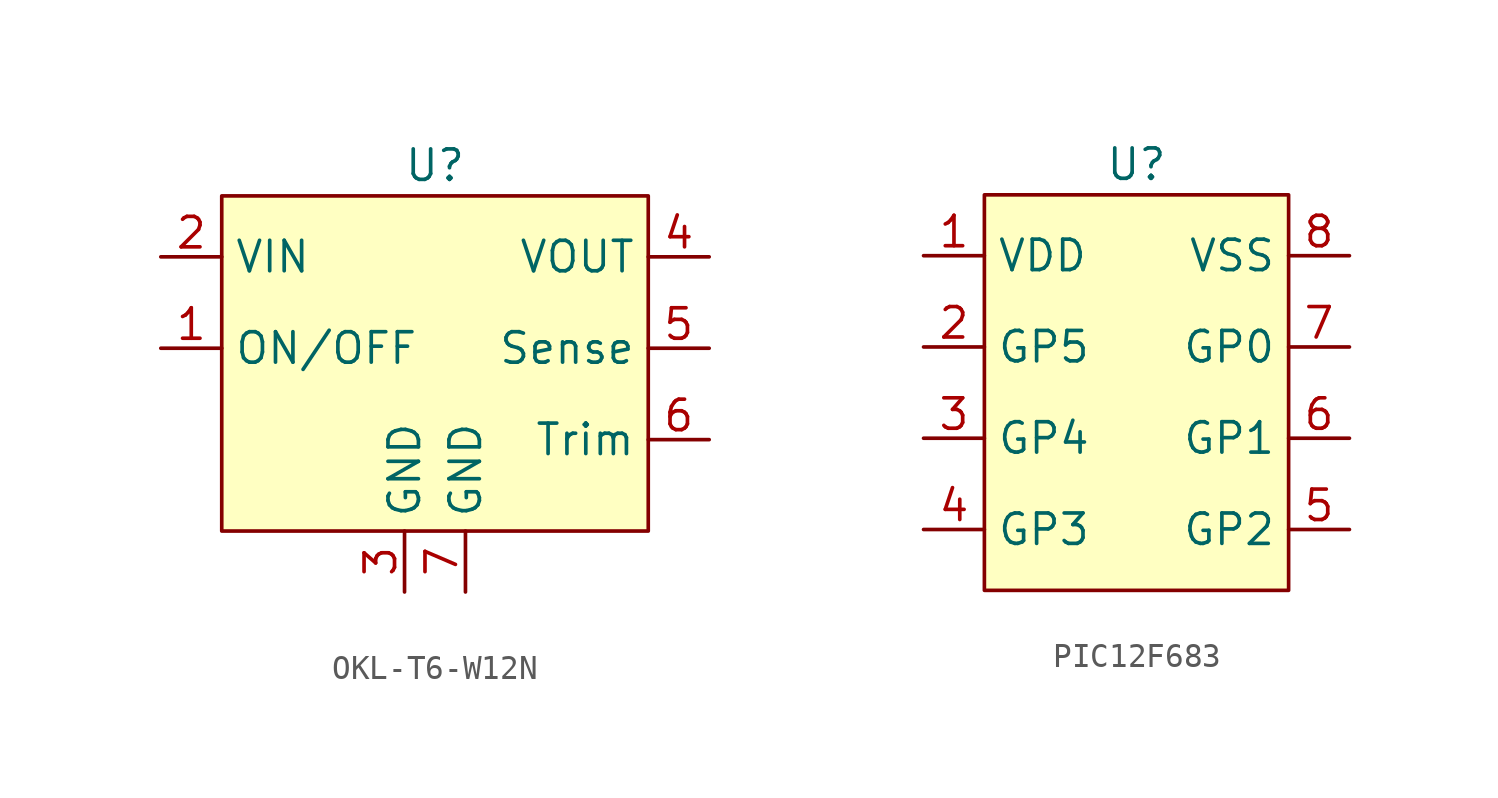
<source format=kicad_sym>
(kicad_symbol_lib
  (version 20231120)
  (generator "kicad_symbol_editor")
  (generator_version "8.0")
  (symbol "OKL-T6-W12N"
    (property "Reference" "U"
      (at 0 1.27 0)
      (effects (font (size 1.27 1.27))))
    (property "Value" ""
      (at -8.89 -0.762 0)
      (effects (font (size 1.27 1.27))))
    (symbol "OKL-T6-W12N_1_1"
      (rectangle (start -8.89 0) (end 8.89 -13.97) (stroke (width 0) (type default)) (fill (type background)))
      (pin passive line (at -11.43 -6.35 0) (length 2.54) (name "ON/OFF" (effects (font (size 1.27 1.27)))) (number "1" (effects (font (size 1.27 1.27)))))
      (pin power_in line (at -11.43 -2.54 0) (length 2.54) (name "VIN" (effects (font (size 1.27 1.27)))) (number "2" (effects (font (size 1.27 1.27)))))
      (pin power_out line (at -1.27 -16.51 90) (length 2.54) (name "GND" (effects (font (size 1.27 1.27)))) (number "3" (effects (font (size 1.27 1.27)))))
      (pin power_out line (at 11.43 -2.54 180) (length 2.54) (name "VOUT" (effects (font (size 1.27 1.27)))) (number "4" (effects (font (size 1.27 1.27)))))
      (pin passive line (at 11.43 -6.35 180) (length 2.54) (name "Sense" (effects (font (size 1.27 1.27)))) (number "5" (effects (font (size 1.27 1.27)))))
      (pin passive line (at 11.43 -10.16 180) (length 2.54) (name "Trim" (effects (font (size 1.27 1.27)))) (number "6" (effects (font (size 1.27 1.27)))))
      (pin power_out line (at 1.27 -16.51 90) (length 2.54) (name "GND" (effects (font (size 1.27 1.27)))) (number "7" (effects (font (size 1.27 1.27)))))))
  (symbol "PIC12F683"
    (property "Reference" "U"
      (at 0 1.27 0)
      (effects (font (size 1.27 1.27))))
    (property "Value" ""
      (at -6.35 -2.54 0)
      (effects (font (size 1.27 1.27))))
    (symbol "PIC12F683_1_1"
      (rectangle (start -6.35 0) (end 6.35 -16.51) (stroke (width 0) (type default)) (fill (type background)))
      (pin power_in line (at -8.89 -2.54 0) (length 2.54) (name "VDD" (effects (font (size 1.27 1.27)))) (number "1" (effects (font (size 1.27 1.27)))))
      (pin passive line (at -8.89 -6.35 0) (length 2.54) (name "GP5" (effects (font (size 1.27 1.27)))) (number "2" (effects (font (size 1.27 1.27)))))
      (pin passive line (at -8.89 -10.16 0) (length 2.54) (name "GP4" (effects (font (size 1.27 1.27)))) (number "3" (effects (font (size 1.27 1.27)))))
      (pin passive line (at -8.89 -13.97 0) (length 2.54) (name "GP3" (effects (font (size 1.27 1.27)))) (number "4" (effects (font (size 1.27 1.27)))))
      (pin passive line (at 8.89 -13.97 180) (length 2.54) (name "GP2" (effects (font (size 1.27 1.27)))) (number "5" (effects (font (size 1.27 1.27)))))
      (pin passive line (at 8.89 -10.16 180) (length 2.54) (name "GP1" (effects (font (size 1.27 1.27)))) (number "6" (effects (font (size 1.27 1.27)))))
      (pin passive line (at 8.89 -6.35 180) (length 2.54) (name "GP0" (effects (font (size 1.27 1.27)))) (number "7" (effects (font (size 1.27 1.27)))))
      (pin power_out line (at 8.89 -2.54 180) (length 2.54) (name "VSS" (effects (font (size 1.27 1.27)))) (number "8" (effects (font (size 1.27 1.27))))))))
</source>
